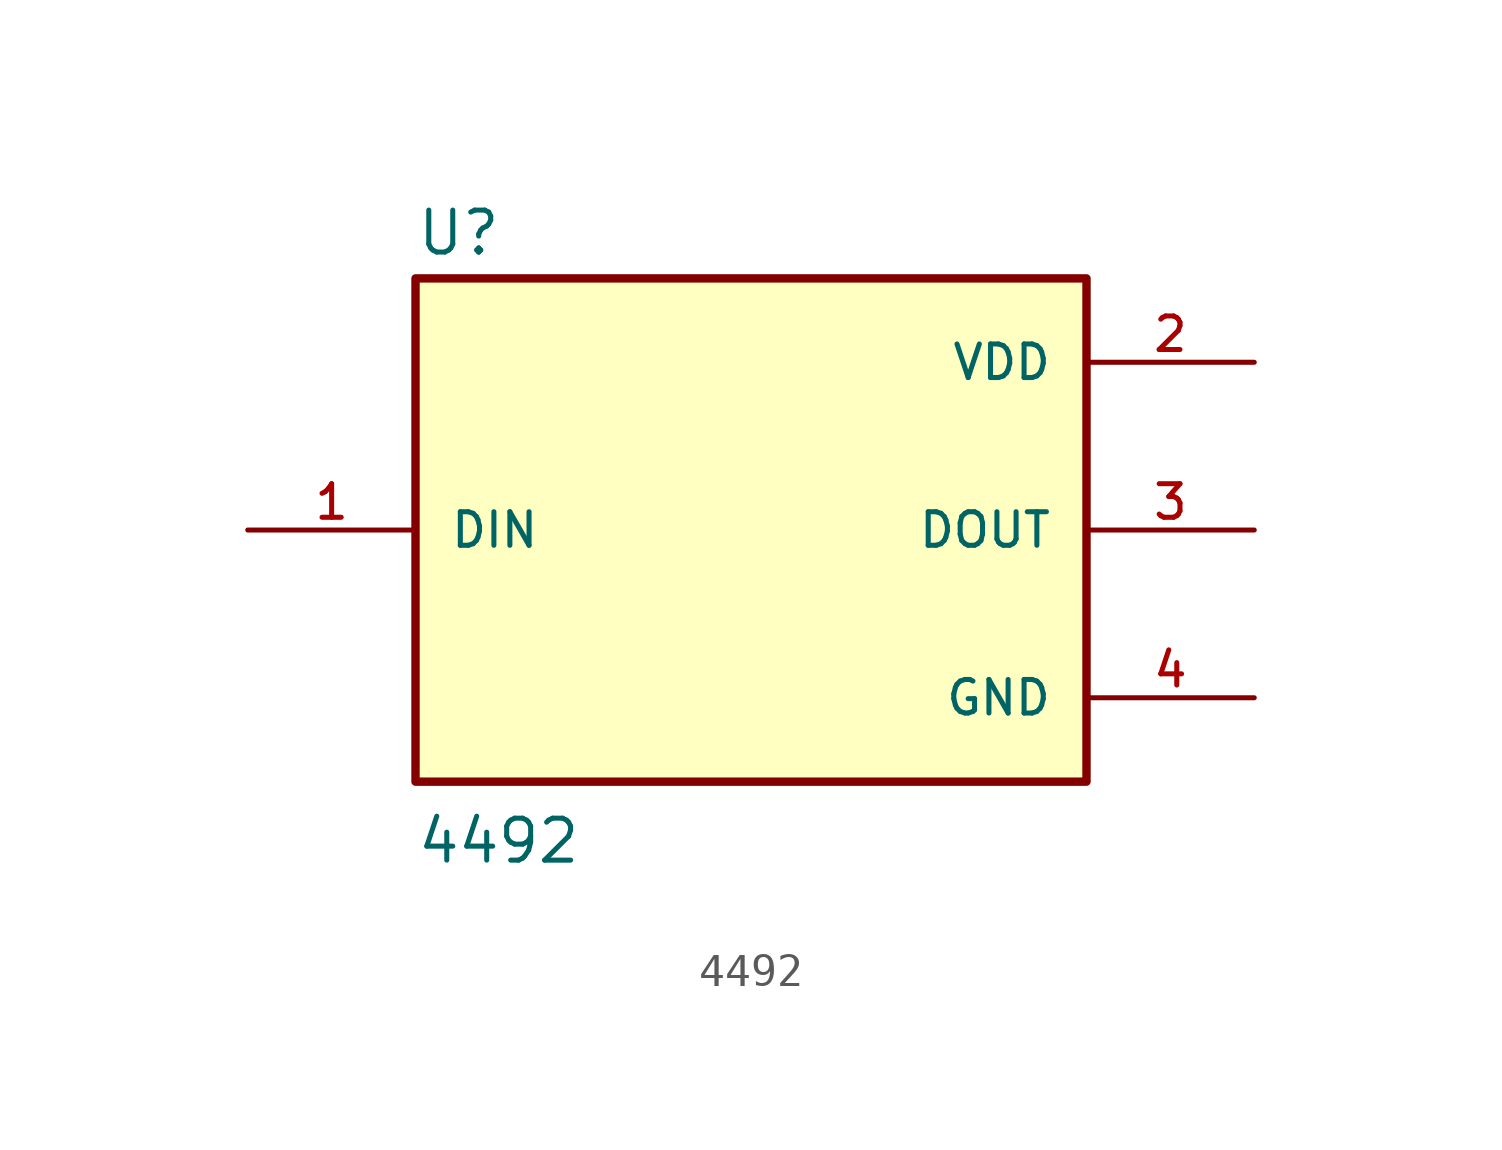
<source format=kicad_sym>
(kicad_symbol_lib
  (version 20211014)
  (generator kicad_symbol_editor)
  (symbol "4492"
    (pin_names
      (offset 1.016))
    (property "Reference" "U"
      (at -10.16 8.255 0)
      (effects (font (size 1.27 1.27)) (justify bottom left)))
    (property "Value" "4492"
      (at -10.16 -10.16 0)
      (effects (font (size 1.27 1.27)) (justify bottom left)))
    (symbol "4492_0_0"
      (rectangle (start -10.16 -7.62) (end 10.16 7.62) (stroke (width 0.254)) (fill (type background)))
      (pin input line (at -15.24 0.0 0) (length 5.08) (name "DIN" (effects (font (size 1.016 1.016)))) (number "1" (effects (font (size 1.016 1.016)))))
      (pin output line (at 15.24 0.0 180.0) (length 5.08) (name "DOUT" (effects (font (size 1.016 1.016)))) (number "3" (effects (font (size 1.016 1.016)))))
      (pin power_in line (at 15.24 5.08 180.0) (length 5.08) (name "VDD" (effects (font (size 1.016 1.016)))) (number "2" (effects (font (size 1.016 1.016)))))
      (pin power_in line (at 15.24 -5.08 180.0) (length 5.08) (name "GND" (effects (font (size 1.016 1.016)))) (number "4" (effects (font (size 1.016 1.016))))))))
</source>
